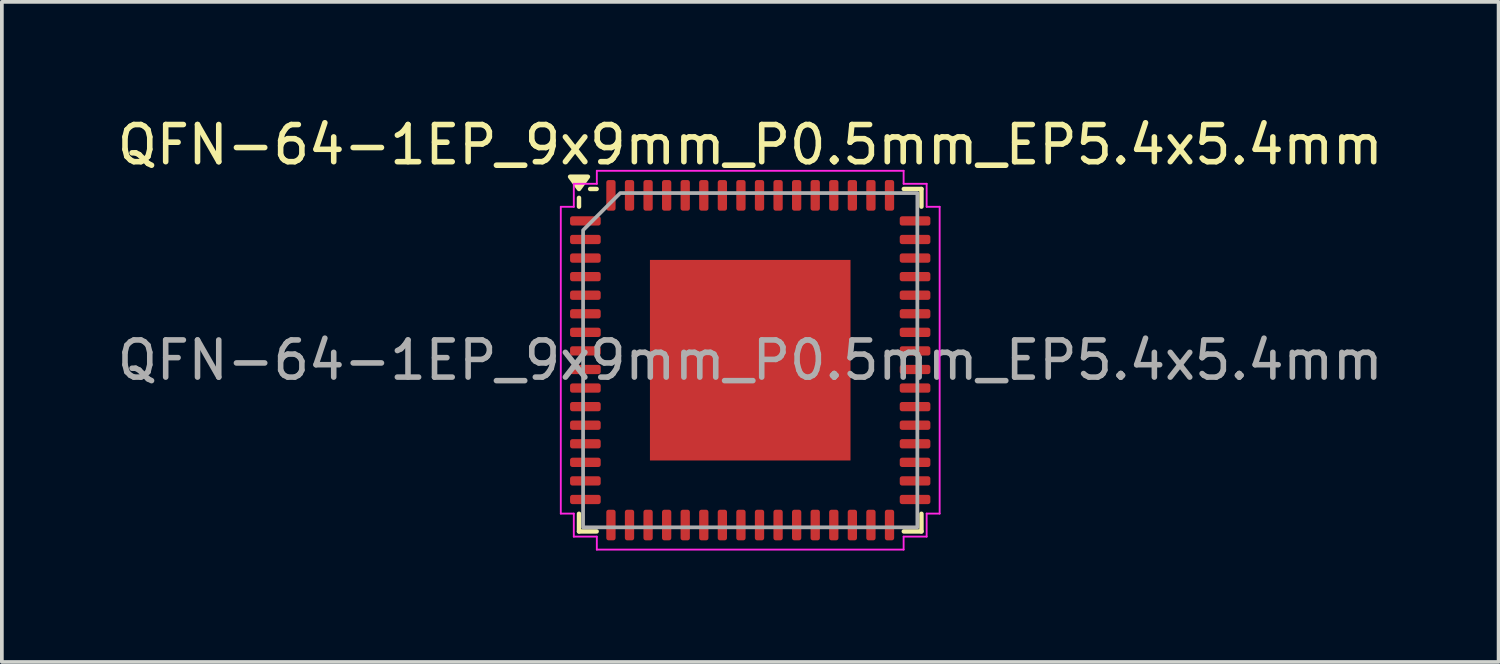
<source format=kicad_pcb>
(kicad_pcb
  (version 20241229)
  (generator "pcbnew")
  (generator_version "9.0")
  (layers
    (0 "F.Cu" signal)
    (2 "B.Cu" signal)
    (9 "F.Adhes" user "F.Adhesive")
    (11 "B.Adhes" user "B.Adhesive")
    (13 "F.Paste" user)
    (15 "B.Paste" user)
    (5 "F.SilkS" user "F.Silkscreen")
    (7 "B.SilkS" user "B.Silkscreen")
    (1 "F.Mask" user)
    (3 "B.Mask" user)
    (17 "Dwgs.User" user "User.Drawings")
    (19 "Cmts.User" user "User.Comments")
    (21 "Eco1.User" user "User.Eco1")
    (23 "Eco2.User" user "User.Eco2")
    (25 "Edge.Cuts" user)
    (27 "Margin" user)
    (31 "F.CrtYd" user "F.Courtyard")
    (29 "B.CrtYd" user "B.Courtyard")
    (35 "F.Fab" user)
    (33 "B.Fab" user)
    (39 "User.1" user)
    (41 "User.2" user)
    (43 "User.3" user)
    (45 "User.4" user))
  (footprint "QFN-64-1EP_9x9mm_P0.5mm_EP5.4x5.4mm"
    (layer "F.Cu")
    (at 17.149 6.648)
    (property "Reference" "QFN-64-1EP_9x9mm_P0.5mm_EP5.4x5.4mm" (at 0 -5.8 0) (layer "F.SilkS") (effects (font (size 1 1) (thickness 0.15))))
    (attr smd)
    (fp_line (start -4.61 -4.135) (end -4.61 -4.37) (stroke (width 0.12) (type solid)) (layer "F.SilkS"))
    (fp_line (start -4.61 4.61) (end -4.61 4.135) (stroke (width 0.12) (type solid)) (layer "F.SilkS"))
    (fp_line (start -4.135 -4.61) (end -4.31 -4.61) (stroke (width 0.12) (type solid)) (layer "F.SilkS"))
    (fp_line (start -4.135 4.61) (end -4.61 4.61) (stroke (width 0.12) (type solid)) (layer "F.SilkS"))
    (fp_line (start 4.135 -4.61) (end 4.61 -4.61) (stroke (width 0.12) (type solid)) (layer "F.SilkS"))
    (fp_line (start 4.135 4.61) (end 4.61 4.61) (stroke (width 0.12) (type solid)) (layer "F.SilkS"))
    (fp_line (start 4.61 -4.61) (end 4.61 -4.135) (stroke (width 0.12) (type solid)) (layer "F.SilkS"))
    (fp_line (start 4.61 4.61) (end 4.61 4.135) (stroke (width 0.12) (type solid)) (layer "F.SilkS"))
    (fp_poly (pts (xy -4.61 -4.61) (xy -4.85 -4.94) (xy -4.37 -4.94)) (stroke (width 0.12) (type solid)) (fill yes) (layer "F.SilkS"))
    (fp_line (start -5.1 -4.13) (end -4.75 -4.13) (stroke (width 0.05) (type solid)) (layer "F.CrtYd"))
    (fp_line (start -5.1 4.13) (end -5.1 -4.13) (stroke (width 0.05) (type solid)) (layer "F.CrtYd"))
    (fp_line (start -4.75 -4.75) (end -4.13 -4.75) (stroke (width 0.05) (type solid)) (layer "F.CrtYd"))
    (fp_line (start -4.75 -4.13) (end -4.75 -4.75) (stroke (width 0.05) (type solid)) (layer "F.CrtYd"))
    (fp_line (start -4.75 4.13) (end -5.1 4.13) (stroke (width 0.05) (type solid)) (layer "F.CrtYd"))
    (fp_line (start -4.75 4.75) (end -4.75 4.13) (stroke (width 0.05) (type solid)) (layer "F.CrtYd"))
    (fp_line (start -4.13 -5.1) (end 4.13 -5.1) (stroke (width 0.05) (type solid)) (layer "F.CrtYd"))
    (fp_line (start -4.13 -4.75) (end -4.13 -5.1) (stroke (width 0.05) (type solid)) (layer "F.CrtYd"))
    (fp_line (start -4.13 4.75) (end -4.75 4.75) (stroke (width 0.05) (type solid)) (layer "F.CrtYd"))
    (fp_line (start -4.13 5.1) (end -4.13 4.75) (stroke (width 0.05) (type solid)) (layer "F.CrtYd"))
    (fp_line (start 4.13 -5.1) (end 4.13 -4.75) (stroke (width 0.05) (type solid)) (layer "F.CrtYd"))
    (fp_line (start 4.13 -4.75) (end 4.75 -4.75) (stroke (width 0.05) (type solid)) (layer "F.CrtYd"))
    (fp_line (start 4.13 4.75) (end 4.13 5.1) (stroke (width 0.05) (type solid)) (layer "F.CrtYd"))
    (fp_line (start 4.13 5.1) (end -4.13 5.1) (stroke (width 0.05) (type solid)) (layer "F.CrtYd"))
    (fp_line (start 4.75 -4.75) (end 4.75 -4.13) (stroke (width 0.05) (type solid)) (layer "F.CrtYd"))
    (fp_line (start 4.75 -4.13) (end 5.1 -4.13) (stroke (width 0.05) (type solid)) (layer "F.CrtYd"))
    (fp_line (start 4.75 4.13) (end 4.75 4.75) (stroke (width 0.05) (type solid)) (layer "F.CrtYd"))
    (fp_line (start 4.75 4.75) (end 4.13 4.75) (stroke (width 0.05) (type solid)) (layer "F.CrtYd"))
    (fp_line (start 5.1 -4.13) (end 5.1 4.13) (stroke (width 0.05) (type solid)) (layer "F.CrtYd"))
    (fp_line (start 5.1 4.13) (end 4.75 4.13) (stroke (width 0.05) (type solid)) (layer "F.CrtYd"))
    (fp_poly (pts (xy -4.5 -3.5) (xy -4.5 4.5) (xy 4.5 4.5) (xy 4.5 -4.5) (xy -3.5 -4.5)) (stroke (width 0.1) (type solid)) (fill no) (layer "F.Fab"))
    (fp_text user "${REFERENCE}" (at 0 0 0) (layer "F.Fab") (effects (font (size 1 1) (thickness 0.15))))
    (pad "" smd roundrect (at -2.025 -2.025) (size 1.09 1.09) (layers "F.Paste") (roundrect_rratio 0.229))
    (pad "" smd roundrect (at -2.025 -0.675) (size 1.09 1.09) (layers "F.Paste") (roundrect_rratio 0.229))
    (pad "" smd roundrect (at -2.025 0.675) (size 1.09 1.09) (layers "F.Paste") (roundrect_rratio 0.229))
    (pad "" smd roundrect (at -2.025 2.025) (size 1.09 1.09) (layers "F.Paste") (roundrect_rratio 0.229))
    (pad "" smd roundrect (at -0.675 -2.025) (size 1.09 1.09) (layers "F.Paste") (roundrect_rratio 0.229))
    (pad "" smd roundrect (at -0.675 -0.675) (size 1.09 1.09) (layers "F.Paste") (roundrect_rratio 0.229))
    (pad "" smd roundrect (at -0.675 0.675) (size 1.09 1.09) (layers "F.Paste") (roundrect_rratio 0.229))
    (pad "" smd roundrect (at -0.675 2.025) (size 1.09 1.09) (layers "F.Paste") (roundrect_rratio 0.229))
    (pad "" smd roundrect (at 0.675 -2.025) (size 1.09 1.09) (layers "F.Paste") (roundrect_rratio 0.229))
    (pad "" smd roundrect (at 0.675 -0.675) (size 1.09 1.09) (layers "F.Paste") (roundrect_rratio 0.229))
    (pad "" smd roundrect (at 0.675 0.675) (size 1.09 1.09) (layers "F.Paste") (roundrect_rratio 0.229))
    (pad "" smd roundrect (at 0.675 2.025) (size 1.09 1.09) (layers "F.Paste") (roundrect_rratio 0.229))
    (pad "" smd roundrect (at 2.025 -2.025) (size 1.09 1.09) (layers "F.Paste") (roundrect_rratio 0.229))
    (pad "" smd roundrect (at 2.025 -0.675) (size 1.09 1.09) (layers "F.Paste") (roundrect_rratio 0.229))
    (pad "" smd roundrect (at 2.025 0.675) (size 1.09 1.09) (layers "F.Paste") (roundrect_rratio 0.229))
    (pad "" smd roundrect (at 2.025 2.025) (size 1.09 1.09) (layers "F.Paste") (roundrect_rratio 0.229))
    (pad "1" smd roundrect (at -4.438 -3.75) (size 0.825 0.25) (layers "F.Cu" "F.Mask" "F.Paste") (roundrect_rratio 0.25))
    (pad "2" smd roundrect (at -4.438 -3.25) (size 0.825 0.25) (layers "F.Cu" "F.Mask" "F.Paste") (roundrect_rratio 0.25))
    (pad "3" smd roundrect (at -4.438 -2.75) (size 0.825 0.25) (layers "F.Cu" "F.Mask" "F.Paste") (roundrect_rratio 0.25))
    (pad "4" smd roundrect (at -4.438 -2.25) (size 0.825 0.25) (layers "F.Cu" "F.Mask" "F.Paste") (roundrect_rratio 0.25))
    (pad "5" smd roundrect (at -4.438 -1.75) (size 0.825 0.25) (layers "F.Cu" "F.Mask" "F.Paste") (roundrect_rratio 0.25))
    (pad "6" smd roundrect (at -4.438 -1.25) (size 0.825 0.25) (layers "F.Cu" "F.Mask" "F.Paste") (roundrect_rratio 0.25))
    (pad "7" smd roundrect (at -4.438 -0.75) (size 0.825 0.25) (layers "F.Cu" "F.Mask" "F.Paste") (roundrect_rratio 0.25))
    (pad "8" smd roundrect (at -4.438 -0.25) (size 0.825 0.25) (layers "F.Cu" "F.Mask" "F.Paste") (roundrect_rratio 0.25))
    (pad "9" smd roundrect (at -4.438 0.25) (size 0.825 0.25) (layers "F.Cu" "F.Mask" "F.Paste") (roundrect_rratio 0.25))
    (pad "10" smd roundrect (at -4.438 0.75) (size 0.825 0.25) (layers "F.Cu" "F.Mask" "F.Paste") (roundrect_rratio 0.25))
    (pad "11" smd roundrect (at -4.438 1.25) (size 0.825 0.25) (layers "F.Cu" "F.Mask" "F.Paste") (roundrect_rratio 0.25))
    (pad "12" smd roundrect (at -4.438 1.75) (size 0.825 0.25) (layers "F.Cu" "F.Mask" "F.Paste") (roundrect_rratio 0.25))
    (pad "13" smd roundrect (at -4.438 2.25) (size 0.825 0.25) (layers "F.Cu" "F.Mask" "F.Paste") (roundrect_rratio 0.25))
    (pad "14" smd roundrect (at -4.438 2.75) (size 0.825 0.25) (layers "F.Cu" "F.Mask" "F.Paste") (roundrect_rratio 0.25))
    (pad "15" smd roundrect (at -4.438 3.25) (size 0.825 0.25) (layers "F.Cu" "F.Mask" "F.Paste") (roundrect_rratio 0.25))
    (pad "16" smd roundrect (at -4.438 3.75) (size 0.825 0.25) (layers "F.Cu" "F.Mask" "F.Paste") (roundrect_rratio 0.25))
    (pad "17" smd roundrect (at -3.75 4.438) (size 0.25 0.825) (layers "F.Cu" "F.Mask" "F.Paste") (roundrect_rratio 0.25))
    (pad "18" smd roundrect (at -3.25 4.438) (size 0.25 0.825) (layers "F.Cu" "F.Mask" "F.Paste") (roundrect_rratio 0.25))
    (pad "19" smd roundrect (at -2.75 4.438) (size 0.25 0.825) (layers "F.Cu" "F.Mask" "F.Paste") (roundrect_rratio 0.25))
    (pad "20" smd roundrect (at -2.25 4.438) (size 0.25 0.825) (layers "F.Cu" "F.Mask" "F.Paste") (roundrect_rratio 0.25))
    (pad "21" smd roundrect (at -1.75 4.438) (size 0.25 0.825) (layers "F.Cu" "F.Mask" "F.Paste") (roundrect_rratio 0.25))
    (pad "22" smd roundrect (at -1.25 4.438) (size 0.25 0.825) (layers "F.Cu" "F.Mask" "F.Paste") (roundrect_rratio 0.25))
    (pad "23" smd roundrect (at -0.75 4.438) (size 0.25 0.825) (layers "F.Cu" "F.Mask" "F.Paste") (roundrect_rratio 0.25))
    (pad "24" smd roundrect (at -0.25 4.438) (size 0.25 0.825) (layers "F.Cu" "F.Mask" "F.Paste") (roundrect_rratio 0.25))
    (pad "25" smd roundrect (at 0.25 4.438) (size 0.25 0.825) (layers "F.Cu" "F.Mask" "F.Paste") (roundrect_rratio 0.25))
    (pad "26" smd roundrect (at 0.75 4.438) (size 0.25 0.825) (layers "F.Cu" "F.Mask" "F.Paste") (roundrect_rratio 0.25))
    (pad "27" smd roundrect (at 1.25 4.438) (size 0.25 0.825) (layers "F.Cu" "F.Mask" "F.Paste") (roundrect_rratio 0.25))
    (pad "28" smd roundrect (at 1.75 4.438) (size 0.25 0.825) (layers "F.Cu" "F.Mask" "F.Paste") (roundrect_rratio 0.25))
    (pad "29" smd roundrect (at 2.25 4.438) (size 0.25 0.825) (layers "F.Cu" "F.Mask" "F.Paste") (roundrect_rratio 0.25))
    (pad "30" smd roundrect (at 2.75 4.438) (size 0.25 0.825) (layers "F.Cu" "F.Mask" "F.Paste") (roundrect_rratio 0.25))
    (pad "31" smd roundrect (at 3.25 4.438) (size 0.25 0.825) (layers "F.Cu" "F.Mask" "F.Paste") (roundrect_rratio 0.25))
    (pad "32" smd roundrect (at 3.75 4.438) (size 0.25 0.825) (layers "F.Cu" "F.Mask" "F.Paste") (roundrect_rratio 0.25))
    (pad "33" smd roundrect (at 4.438 3.75) (size 0.825 0.25) (layers "F.Cu" "F.Mask" "F.Paste") (roundrect_rratio 0.25))
    (pad "34" smd roundrect (at 4.438 3.25) (size 0.825 0.25) (layers "F.Cu" "F.Mask" "F.Paste") (roundrect_rratio 0.25))
    (pad "35" smd roundrect (at 4.438 2.75) (size 0.825 0.25) (layers "F.Cu" "F.Mask" "F.Paste") (roundrect_rratio 0.25))
    (pad "36" smd roundrect (at 4.438 2.25) (size 0.825 0.25) (layers "F.Cu" "F.Mask" "F.Paste") (roundrect_rratio 0.25))
    (pad "37" smd roundrect (at 4.438 1.75) (size 0.825 0.25) (layers "F.Cu" "F.Mask" "F.Paste") (roundrect_rratio 0.25))
    (pad "38" smd roundrect (at 4.438 1.25) (size 0.825 0.25) (layers "F.Cu" "F.Mask" "F.Paste") (roundrect_rratio 0.25))
    (pad "39" smd roundrect (at 4.438 0.75) (size 0.825 0.25) (layers "F.Cu" "F.Mask" "F.Paste") (roundrect_rratio 0.25))
    (pad "40" smd roundrect (at 4.438 0.25) (size 0.825 0.25) (layers "F.Cu" "F.Mask" "F.Paste") (roundrect_rratio 0.25))
    (pad "41" smd roundrect (at 4.438 -0.25) (size 0.825 0.25) (layers "F.Cu" "F.Mask" "F.Paste") (roundrect_rratio 0.25))
    (pad "42" smd roundrect (at 4.438 -0.75) (size 0.825 0.25) (layers "F.Cu" "F.Mask" "F.Paste") (roundrect_rratio 0.25))
    (pad "43" smd roundrect (at 4.438 -1.25) (size 0.825 0.25) (layers "F.Cu" "F.Mask" "F.Paste") (roundrect_rratio 0.25))
    (pad "44" smd roundrect (at 4.438 -1.75) (size 0.825 0.25) (layers "F.Cu" "F.Mask" "F.Paste") (roundrect_rratio 0.25))
    (pad "45" smd roundrect (at 4.438 -2.25) (size 0.825 0.25) (layers "F.Cu" "F.Mask" "F.Paste") (roundrect_rratio 0.25))
    (pad "46" smd roundrect (at 4.438 -2.75) (size 0.825 0.25) (layers "F.Cu" "F.Mask" "F.Paste") (roundrect_rratio 0.25))
    (pad "47" smd roundrect (at 4.438 -3.25) (size 0.825 0.25) (layers "F.Cu" "F.Mask" "F.Paste") (roundrect_rratio 0.25))
    (pad "48" smd roundrect (at 4.438 -3.75) (size 0.825 0.25) (layers "F.Cu" "F.Mask" "F.Paste") (roundrect_rratio 0.25))
    (pad "49" smd roundrect (at 3.75 -4.438) (size 0.25 0.825) (layers "F.Cu" "F.Mask" "F.Paste") (roundrect_rratio 0.25))
    (pad "50" smd roundrect (at 3.25 -4.438) (size 0.25 0.825) (layers "F.Cu" "F.Mask" "F.Paste") (roundrect_rratio 0.25))
    (pad "51" smd roundrect (at 2.75 -4.438) (size 0.25 0.825) (layers "F.Cu" "F.Mask" "F.Paste") (roundrect_rratio 0.25))
    (pad "52" smd roundrect (at 2.25 -4.438) (size 0.25 0.825) (layers "F.Cu" "F.Mask" "F.Paste") (roundrect_rratio 0.25))
    (pad "53" smd roundrect (at 1.75 -4.438) (size 0.25 0.825) (layers "F.Cu" "F.Mask" "F.Paste") (roundrect_rratio 0.25))
    (pad "54" smd roundrect (at 1.25 -4.438) (size 0.25 0.825) (layers "F.Cu" "F.Mask" "F.Paste") (roundrect_rratio 0.25))
    (pad "55" smd roundrect (at 0.75 -4.438) (size 0.25 0.825) (layers "F.Cu" "F.Mask" "F.Paste") (roundrect_rratio 0.25))
    (pad "56" smd roundrect (at 0.25 -4.438) (size 0.25 0.825) (layers "F.Cu" "F.Mask" "F.Paste") (roundrect_rratio 0.25))
    (pad "57" smd roundrect (at -0.25 -4.438) (size 0.25 0.825) (layers "F.Cu" "F.Mask" "F.Paste") (roundrect_rratio 0.25))
    (pad "58" smd roundrect (at -0.75 -4.438) (size 0.25 0.825) (layers "F.Cu" "F.Mask" "F.Paste") (roundrect_rratio 0.25))
    (pad "59" smd roundrect (at -1.25 -4.438) (size 0.25 0.825) (layers "F.Cu" "F.Mask" "F.Paste") (roundrect_rratio 0.25))
    (pad "60" smd roundrect (at -1.75 -4.438) (size 0.25 0.825) (layers "F.Cu" "F.Mask" "F.Paste") (roundrect_rratio 0.25))
    (pad "61" smd roundrect (at -2.25 -4.438) (size 0.25 0.825) (layers "F.Cu" "F.Mask" "F.Paste") (roundrect_rratio 0.25))
    (pad "62" smd roundrect (at -2.75 -4.438) (size 0.25 0.825) (layers "F.Cu" "F.Mask" "F.Paste") (roundrect_rratio 0.25))
    (pad "63" smd roundrect (at -3.25 -4.438) (size 0.25 0.825) (layers "F.Cu" "F.Mask" "F.Paste") (roundrect_rratio 0.25))
    (pad "64" smd roundrect (at -3.75 -4.438) (size 0.25 0.825) (layers "F.Cu" "F.Mask" "F.Paste") (roundrect_rratio 0.25))
    (pad "65" smd rect (at 0 0) (size 5.4 5.4) (property pad_prop_heatsink) (layers "F.Cu" "F.Mask")))
  (gr_rect
    (start -3 -3)
    (end 37.298 14.773)
    (stroke (width 0.1) (type default))
    (fill no)
    (layer "Edge.Cuts")))
</source>
